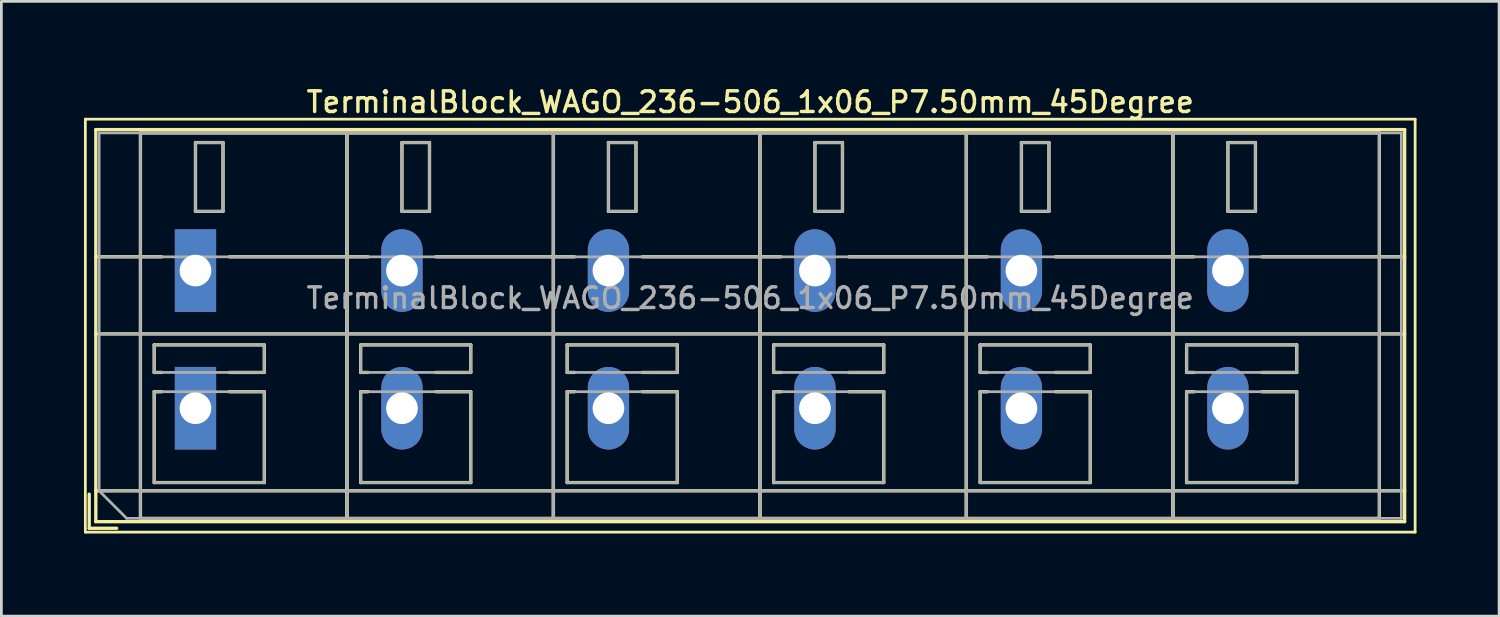
<source format=kicad_pcb>
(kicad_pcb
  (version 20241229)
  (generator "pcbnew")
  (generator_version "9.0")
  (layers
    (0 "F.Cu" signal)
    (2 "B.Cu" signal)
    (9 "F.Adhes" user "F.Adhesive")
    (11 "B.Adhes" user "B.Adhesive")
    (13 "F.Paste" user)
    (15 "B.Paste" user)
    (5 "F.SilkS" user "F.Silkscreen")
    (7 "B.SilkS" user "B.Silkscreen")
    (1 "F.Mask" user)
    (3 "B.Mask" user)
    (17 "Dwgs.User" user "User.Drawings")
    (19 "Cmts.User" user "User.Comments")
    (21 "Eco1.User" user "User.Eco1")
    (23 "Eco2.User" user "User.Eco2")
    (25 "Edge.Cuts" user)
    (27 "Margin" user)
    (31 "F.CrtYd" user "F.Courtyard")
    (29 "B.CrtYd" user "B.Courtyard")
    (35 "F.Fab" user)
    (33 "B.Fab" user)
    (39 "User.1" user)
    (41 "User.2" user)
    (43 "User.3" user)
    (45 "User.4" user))
  (footprint "TerminalBlock_WAGO_236-506_1x06_P7.50mm_45Degree"
    (layer "F.Cu")
    (at 4.05 6.778)
    (property "Reference" "TerminalBlock_WAGO_236-506_1x06_P7.50mm_45Degree" (at 20.15 -6.12 0) (layer "F.SilkS") (effects (font (size 0.75 0.75) (thickness 0.125))))
    (attr through_hole)
    (fp_line (start -4 -5.5) (end -4 9.5) (stroke (width 0.1) (type solid)) (layer "F.SilkS"))
    (fp_line (start -4 9.5) (end 44.3 9.5) (stroke (width 0.1) (type solid)) (layer "F.SilkS"))
    (fp_line (start -3.86 8.12) (end -3.86 9.36) (stroke (width 0.12) (type solid)) (layer "F.SilkS"))
    (fp_line (start -3.86 9.36) (end -2.86 9.36) (stroke (width 0.12) (type solid)) (layer "F.SilkS"))
    (fp_line (start -3.62 -5.12) (end -3.62 9.12) (stroke (width 0.12) (type solid)) (layer "F.SilkS"))
    (fp_line (start -3.62 -5.12) (end 43.92 -5.12) (stroke (width 0.12) (type solid)) (layer "F.SilkS"))
    (fp_line (start -3.62 -0.5) (end -1.23 -0.5) (stroke (width 0.12) (type solid)) (layer "F.SilkS"))
    (fp_line (start -3.62 2.3) (end 43.92 2.3) (stroke (width 0.12) (type solid)) (layer "F.SilkS"))
    (fp_line (start -3.62 8) (end 43.92 8) (stroke (width 0.12) (type solid)) (layer "F.SilkS"))
    (fp_line (start -3.62 9.12) (end 43.92 9.12) (stroke (width 0.12) (type solid)) (layer "F.SilkS"))
    (fp_line (start -2 -5) (end -2 9) (stroke (width 0.12) (type solid)) (layer "F.SilkS"))
    (fp_line (start -2 -5) (end 5.5 -5) (stroke (width 0.12) (type solid)) (layer "F.SilkS"))
    (fp_line (start -2 9) (end 5.5 9) (stroke (width 0.12) (type solid)) (layer "F.SilkS"))
    (fp_line (start -1.5 2.7) (end -1.5 3.7) (stroke (width 0.12) (type solid)) (layer "F.SilkS"))
    (fp_line (start -1.5 2.7) (end 2.5 2.7) (stroke (width 0.12) (type solid)) (layer "F.SilkS"))
    (fp_line (start -1.5 3.7) (end -1.23 3.7) (stroke (width 0.12) (type solid)) (layer "F.SilkS"))
    (fp_line (start -1.5 4.4) (end -1.5 7.7) (stroke (width 0.12) (type solid)) (layer "F.SilkS"))
    (fp_line (start -1.5 4.4) (end -1.23 4.4) (stroke (width 0.12) (type solid)) (layer "F.SilkS"))
    (fp_line (start -1.5 7.7) (end 2.5 7.7) (stroke (width 0.12) (type solid)) (layer "F.SilkS"))
    (fp_line (start 0 -4.65) (end 0 -2.151) (stroke (width 0.12) (type solid)) (layer "F.SilkS"))
    (fp_line (start 0 -4.65) (end 1 -4.65) (stroke (width 0.12) (type solid)) (layer "F.SilkS"))
    (fp_line (start 0 -2.151) (end 1 -2.151) (stroke (width 0.12) (type solid)) (layer "F.SilkS"))
    (fp_line (start 1 -4.65) (end 1 -2.151) (stroke (width 0.12) (type solid)) (layer "F.SilkS"))
    (fp_line (start 1.23 -0.5) (end 6.27 -0.5) (stroke (width 0.12) (type solid)) (layer "F.SilkS"))
    (fp_line (start 1.23 3.7) (end 2.5 3.7) (stroke (width 0.12) (type solid)) (layer "F.SilkS"))
    (fp_line (start 1.23 4.4) (end 2.5 4.4) (stroke (width 0.12) (type solid)) (layer "F.SilkS"))
    (fp_line (start 2.5 2.7) (end 2.5 3.7) (stroke (width 0.12) (type solid)) (layer "F.SilkS"))
    (fp_line (start 2.5 4.4) (end 2.5 7.7) (stroke (width 0.12) (type solid)) (layer "F.SilkS"))
    (fp_line (start 5.5 -5) (end 5.5 9) (stroke (width 0.12) (type solid)) (layer "F.SilkS"))
    (fp_line (start 5.5 -5) (end 5.5 9) (stroke (width 0.12) (type solid)) (layer "F.SilkS"))
    (fp_line (start 5.5 -5) (end 13 -5) (stroke (width 0.12) (type solid)) (layer "F.SilkS"))
    (fp_line (start 5.5 9) (end 13 9) (stroke (width 0.12) (type solid)) (layer "F.SilkS"))
    (fp_line (start 6 2.7) (end 6 3.7) (stroke (width 0.12) (type solid)) (layer "F.SilkS"))
    (fp_line (start 6 2.7) (end 10 2.7) (stroke (width 0.12) (type solid)) (layer "F.SilkS"))
    (fp_line (start 6 3.7) (end 6.27 3.7) (stroke (width 0.12) (type solid)) (layer "F.SilkS"))
    (fp_line (start 6 4.4) (end 6 7.7) (stroke (width 0.12) (type solid)) (layer "F.SilkS"))
    (fp_line (start 6 4.4) (end 6.27 4.4) (stroke (width 0.12) (type solid)) (layer "F.SilkS"))
    (fp_line (start 6 7.7) (end 10 7.7) (stroke (width 0.12) (type solid)) (layer "F.SilkS"))
    (fp_line (start 7.5 -4.65) (end 7.5 -2.151) (stroke (width 0.12) (type solid)) (layer "F.SilkS"))
    (fp_line (start 7.5 -4.65) (end 8.5 -4.65) (stroke (width 0.12) (type solid)) (layer "F.SilkS"))
    (fp_line (start 7.5 -2.151) (end 8.5 -2.151) (stroke (width 0.12) (type solid)) (layer "F.SilkS"))
    (fp_line (start 8.5 -4.65) (end 8.5 -2.151) (stroke (width 0.12) (type solid)) (layer "F.SilkS"))
    (fp_line (start 8.73 -0.5) (end 13.77 -0.5) (stroke (width 0.12) (type solid)) (layer "F.SilkS"))
    (fp_line (start 8.73 3.7) (end 10 3.7) (stroke (width 0.12) (type solid)) (layer "F.SilkS"))
    (fp_line (start 8.73 4.4) (end 10 4.4) (stroke (width 0.12) (type solid)) (layer "F.SilkS"))
    (fp_line (start 10 2.7) (end 10 3.7) (stroke (width 0.12) (type solid)) (layer "F.SilkS"))
    (fp_line (start 10 4.4) (end 10 7.7) (stroke (width 0.12) (type solid)) (layer "F.SilkS"))
    (fp_line (start 13 -5) (end 13 9) (stroke (width 0.12) (type solid)) (layer "F.SilkS"))
    (fp_line (start 13 -5) (end 13 9) (stroke (width 0.12) (type solid)) (layer "F.SilkS"))
    (fp_line (start 13 -5) (end 20.5 -5) (stroke (width 0.12) (type solid)) (layer "F.SilkS"))
    (fp_line (start 13 9) (end 20.5 9) (stroke (width 0.12) (type solid)) (layer "F.SilkS"))
    (fp_line (start 13.5 2.7) (end 13.5 3.7) (stroke (width 0.12) (type solid)) (layer "F.SilkS"))
    (fp_line (start 13.5 2.7) (end 17.5 2.7) (stroke (width 0.12) (type solid)) (layer "F.SilkS"))
    (fp_line (start 13.5 3.7) (end 13.77 3.7) (stroke (width 0.12) (type solid)) (layer "F.SilkS"))
    (fp_line (start 13.5 4.4) (end 13.5 7.7) (stroke (width 0.12) (type solid)) (layer "F.SilkS"))
    (fp_line (start 13.5 4.4) (end 13.77 4.4) (stroke (width 0.12) (type solid)) (layer "F.SilkS"))
    (fp_line (start 13.5 7.7) (end 17.5 7.7) (stroke (width 0.12) (type solid)) (layer "F.SilkS"))
    (fp_line (start 15 -4.65) (end 15 -2.151) (stroke (width 0.12) (type solid)) (layer "F.SilkS"))
    (fp_line (start 15 -4.65) (end 16 -4.65) (stroke (width 0.12) (type solid)) (layer "F.SilkS"))
    (fp_line (start 15 -2.151) (end 16 -2.151) (stroke (width 0.12) (type solid)) (layer "F.SilkS"))
    (fp_line (start 16 -4.65) (end 16 -2.151) (stroke (width 0.12) (type solid)) (layer "F.SilkS"))
    (fp_line (start 16.23 -0.5) (end 21.27 -0.5) (stroke (width 0.12) (type solid)) (layer "F.SilkS"))
    (fp_line (start 16.23 3.7) (end 17.5 3.7) (stroke (width 0.12) (type solid)) (layer "F.SilkS"))
    (fp_line (start 16.23 4.4) (end 17.5 4.4) (stroke (width 0.12) (type solid)) (layer "F.SilkS"))
    (fp_line (start 17.5 2.7) (end 17.5 3.7) (stroke (width 0.12) (type solid)) (layer "F.SilkS"))
    (fp_line (start 17.5 4.4) (end 17.5 7.7) (stroke (width 0.12) (type solid)) (layer "F.SilkS"))
    (fp_line (start 20.5 -5) (end 20.5 9) (stroke (width 0.12) (type solid)) (layer "F.SilkS"))
    (fp_line (start 20.5 -5) (end 20.5 9) (stroke (width 0.12) (type solid)) (layer "F.SilkS"))
    (fp_line (start 20.5 -5) (end 28 -5) (stroke (width 0.12) (type solid)) (layer "F.SilkS"))
    (fp_line (start 20.5 9) (end 28 9) (stroke (width 0.12) (type solid)) (layer "F.SilkS"))
    (fp_line (start 21 2.7) (end 21 3.7) (stroke (width 0.12) (type solid)) (layer "F.SilkS"))
    (fp_line (start 21 2.7) (end 25 2.7) (stroke (width 0.12) (type solid)) (layer "F.SilkS"))
    (fp_line (start 21 3.7) (end 21.27 3.7) (stroke (width 0.12) (type solid)) (layer "F.SilkS"))
    (fp_line (start 21 4.4) (end 21 7.7) (stroke (width 0.12) (type solid)) (layer "F.SilkS"))
    (fp_line (start 21 4.4) (end 21.27 4.4) (stroke (width 0.12) (type solid)) (layer "F.SilkS"))
    (fp_line (start 21 7.7) (end 25 7.7) (stroke (width 0.12) (type solid)) (layer "F.SilkS"))
    (fp_line (start 22.5 -4.65) (end 22.5 -2.151) (stroke (width 0.12) (type solid)) (layer "F.SilkS"))
    (fp_line (start 22.5 -4.65) (end 23.5 -4.65) (stroke (width 0.12) (type solid)) (layer "F.SilkS"))
    (fp_line (start 22.5 -2.151) (end 23.5 -2.151) (stroke (width 0.12) (type solid)) (layer "F.SilkS"))
    (fp_line (start 23.5 -4.65) (end 23.5 -2.151) (stroke (width 0.12) (type solid)) (layer "F.SilkS"))
    (fp_line (start 23.73 -0.5) (end 28.77 -0.5) (stroke (width 0.12) (type solid)) (layer "F.SilkS"))
    (fp_line (start 23.73 3.7) (end 25 3.7) (stroke (width 0.12) (type solid)) (layer "F.SilkS"))
    (fp_line (start 23.73 4.4) (end 25 4.4) (stroke (width 0.12) (type solid)) (layer "F.SilkS"))
    (fp_line (start 25 2.7) (end 25 3.7) (stroke (width 0.12) (type solid)) (layer "F.SilkS"))
    (fp_line (start 25 4.4) (end 25 7.7) (stroke (width 0.12) (type solid)) (layer "F.SilkS"))
    (fp_line (start 28 -5) (end 28 9) (stroke (width 0.12) (type solid)) (layer "F.SilkS"))
    (fp_line (start 28 -5) (end 28 9) (stroke (width 0.12) (type solid)) (layer "F.SilkS"))
    (fp_line (start 28 -5) (end 35.5 -5) (stroke (width 0.12) (type solid)) (layer "F.SilkS"))
    (fp_line (start 28 9) (end 35.5 9) (stroke (width 0.12) (type solid)) (layer "F.SilkS"))
    (fp_line (start 28.5 2.7) (end 28.5 3.7) (stroke (width 0.12) (type solid)) (layer "F.SilkS"))
    (fp_line (start 28.5 2.7) (end 32.5 2.7) (stroke (width 0.12) (type solid)) (layer "F.SilkS"))
    (fp_line (start 28.5 3.7) (end 28.77 3.7) (stroke (width 0.12) (type solid)) (layer "F.SilkS"))
    (fp_line (start 28.5 4.4) (end 28.5 7.7) (stroke (width 0.12) (type solid)) (layer "F.SilkS"))
    (fp_line (start 28.5 4.4) (end 28.77 4.4) (stroke (width 0.12) (type solid)) (layer "F.SilkS"))
    (fp_line (start 28.5 7.7) (end 32.5 7.7) (stroke (width 0.12) (type solid)) (layer "F.SilkS"))
    (fp_line (start 30 -4.65) (end 30 -2.151) (stroke (width 0.12) (type solid)) (layer "F.SilkS"))
    (fp_line (start 30 -4.65) (end 31 -4.65) (stroke (width 0.12) (type solid)) (layer "F.SilkS"))
    (fp_line (start 30 -2.151) (end 31 -2.151) (stroke (width 0.12) (type solid)) (layer "F.SilkS"))
    (fp_line (start 31 -4.65) (end 31 -2.151) (stroke (width 0.12) (type solid)) (layer "F.SilkS"))
    (fp_line (start 31.23 -0.5) (end 36.27 -0.5) (stroke (width 0.12) (type solid)) (layer "F.SilkS"))
    (fp_line (start 31.23 3.7) (end 32.5 3.7) (stroke (width 0.12) (type solid)) (layer "F.SilkS"))
    (fp_line (start 31.23 4.4) (end 32.5 4.4) (stroke (width 0.12) (type solid)) (layer "F.SilkS"))
    (fp_line (start 32.5 2.7) (end 32.5 3.7) (stroke (width 0.12) (type solid)) (layer "F.SilkS"))
    (fp_line (start 32.5 4.4) (end 32.5 7.7) (stroke (width 0.12) (type solid)) (layer "F.SilkS"))
    (fp_line (start 35.5 -5) (end 35.5 9) (stroke (width 0.12) (type solid)) (layer "F.SilkS"))
    (fp_line (start 35.5 -5) (end 35.5 9) (stroke (width 0.12) (type solid)) (layer "F.SilkS"))
    (fp_line (start 35.5 -5) (end 43 -5) (stroke (width 0.12) (type solid)) (layer "F.SilkS"))
    (fp_line (start 35.5 9) (end 43 9) (stroke (width 0.12) (type solid)) (layer "F.SilkS"))
    (fp_line (start 36 2.7) (end 36 3.7) (stroke (width 0.12) (type solid)) (layer "F.SilkS"))
    (fp_line (start 36 2.7) (end 40 2.7) (stroke (width 0.12) (type solid)) (layer "F.SilkS"))
    (fp_line (start 36 3.7) (end 36.27 3.7) (stroke (width 0.12) (type solid)) (layer "F.SilkS"))
    (fp_line (start 36 4.4) (end 36 7.7) (stroke (width 0.12) (type solid)) (layer "F.SilkS"))
    (fp_line (start 36 4.4) (end 36.27 4.4) (stroke (width 0.12) (type solid)) (layer "F.SilkS"))
    (fp_line (start 36 7.7) (end 40 7.7) (stroke (width 0.12) (type solid)) (layer "F.SilkS"))
    (fp_line (start 37.5 -4.65) (end 37.5 -2.151) (stroke (width 0.12) (type solid)) (layer "F.SilkS"))
    (fp_line (start 37.5 -4.65) (end 38.5 -4.65) (stroke (width 0.12) (type solid)) (layer "F.SilkS"))
    (fp_line (start 37.5 -2.151) (end 38.5 -2.151) (stroke (width 0.12) (type solid)) (layer "F.SilkS"))
    (fp_line (start 38.5 -4.65) (end 38.5 -2.151) (stroke (width 0.12) (type solid)) (layer "F.SilkS"))
    (fp_line (start 38.73 -0.5) (end 43.92 -0.5) (stroke (width 0.12) (type solid)) (layer "F.SilkS"))
    (fp_line (start 38.73 3.7) (end 40 3.7) (stroke (width 0.12) (type solid)) (layer "F.SilkS"))
    (fp_line (start 38.73 4.4) (end 40 4.4) (stroke (width 0.12) (type solid)) (layer "F.SilkS"))
    (fp_line (start 40 2.7) (end 40 3.7) (stroke (width 0.12) (type solid)) (layer "F.SilkS"))
    (fp_line (start 40 4.4) (end 40 7.7) (stroke (width 0.12) (type solid)) (layer "F.SilkS"))
    (fp_line (start 43 -5) (end 43 9) (stroke (width 0.12) (type solid)) (layer "F.SilkS"))
    (fp_line (start 43.92 -5.12) (end 43.92 9.12) (stroke (width 0.12) (type solid)) (layer "F.SilkS"))
    (fp_line (start 44.3 -5.5) (end -4 -5.5) (stroke (width 0.1) (type solid)) (layer "F.SilkS"))
    (fp_line (start 44.3 9.5) (end 44.3 -5.5) (stroke (width 0.1) (type solid)) (layer "F.SilkS"))
    (fp_line (start -3.5 -5) (end 43.8 -5) (stroke (width 0.1) (type solid)) (layer "F.Fab"))
    (fp_line (start -3.5 -0.5) (end 43.8 -0.5) (stroke (width 0.1) (type solid)) (layer "F.Fab"))
    (fp_line (start -3.5 2.3) (end 43.8 2.3) (stroke (width 0.1) (type solid)) (layer "F.Fab"))
    (fp_line (start -3.5 8) (end -3.5 -5) (stroke (width 0.1) (type solid)) (layer "F.Fab"))
    (fp_line (start -3.5 8) (end 43.8 8) (stroke (width 0.1) (type solid)) (layer "F.Fab"))
    (fp_line (start -2.5 9) (end -3.5 8) (stroke (width 0.1) (type solid)) (layer "F.Fab"))
    (fp_line (start -2 -5) (end -2 9) (stroke (width 0.1) (type solid)) (layer "F.Fab"))
    (fp_line (start -2 9) (end 5.5 9) (stroke (width 0.1) (type solid)) (layer "F.Fab"))
    (fp_line (start -1.5 2.7) (end -1.5 3.7) (stroke (width 0.1) (type solid)) (layer "F.Fab"))
    (fp_line (start -1.5 3.7) (end 2.5 3.7) (stroke (width 0.1) (type solid)) (layer "F.Fab"))
    (fp_line (start -1.5 4.4) (end -1.5 7.7) (stroke (width 0.1) (type solid)) (layer "F.Fab"))
    (fp_line (start -1.5 7.7) (end 2.5 7.7) (stroke (width 0.1) (type solid)) (layer "F.Fab"))
    (fp_line (start 0 -4.65) (end 0 -2.15) (stroke (width 0.1) (type solid)) (layer "F.Fab"))
    (fp_line (start 0 -2.15) (end 1 -2.15) (stroke (width 0.1) (type solid)) (layer "F.Fab"))
    (fp_line (start 1 -4.65) (end 0 -4.65) (stroke (width 0.1) (type solid)) (layer "F.Fab"))
    (fp_line (start 1 -2.15) (end 1 -4.65) (stroke (width 0.1) (type solid)) (layer "F.Fab"))
    (fp_line (start 2.5 2.7) (end -1.5 2.7) (stroke (width 0.1) (type solid)) (layer "F.Fab"))
    (fp_line (start 2.5 3.7) (end 2.5 2.7) (stroke (width 0.1) (type solid)) (layer "F.Fab"))
    (fp_line (start 2.5 4.4) (end -1.5 4.4) (stroke (width 0.1) (type solid)) (layer "F.Fab"))
    (fp_line (start 2.5 7.7) (end 2.5 4.4) (stroke (width 0.1) (type solid)) (layer "F.Fab"))
    (fp_line (start 5.5 -5) (end -2 -5) (stroke (width 0.1) (type solid)) (layer "F.Fab"))
    (fp_line (start 5.5 -5) (end 5.5 9) (stroke (width 0.1) (type solid)) (layer "F.Fab"))
    (fp_line (start 5.5 9) (end 5.5 -5) (stroke (width 0.1) (type solid)) (layer "F.Fab"))
    (fp_line (start 5.5 9) (end 13 9) (stroke (width 0.1) (type solid)) (layer "F.Fab"))
    (fp_line (start 6 2.7) (end 6 3.7) (stroke (width 0.1) (type solid)) (layer "F.Fab"))
    (fp_line (start 6 3.7) (end 10 3.7) (stroke (width 0.1) (type solid)) (layer "F.Fab"))
    (fp_line (start 6 4.4) (end 6 7.7) (stroke (width 0.1) (type solid)) (layer "F.Fab"))
    (fp_line (start 6 7.7) (end 10 7.7) (stroke (width 0.1) (type solid)) (layer "F.Fab"))
    (fp_line (start 7.5 -4.65) (end 7.5 -2.15) (stroke (width 0.1) (type solid)) (layer "F.Fab"))
    (fp_line (start 7.5 -2.15) (end 8.5 -2.15) (stroke (width 0.1) (type solid)) (layer "F.Fab"))
    (fp_line (start 8.5 -4.65) (end 7.5 -4.65) (stroke (width 0.1) (type solid)) (layer "F.Fab"))
    (fp_line (start 8.5 -2.15) (end 8.5 -4.65) (stroke (width 0.1) (type solid)) (layer "F.Fab"))
    (fp_line (start 10 2.7) (end 6 2.7) (stroke (width 0.1) (type solid)) (layer "F.Fab"))
    (fp_line (start 10 3.7) (end 10 2.7) (stroke (width 0.1) (type solid)) (layer "F.Fab"))
    (fp_line (start 10 4.4) (end 6 4.4) (stroke (width 0.1) (type solid)) (layer "F.Fab"))
    (fp_line (start 10 7.7) (end 10 4.4) (stroke (width 0.1) (type solid)) (layer "F.Fab"))
    (fp_line (start 13 -5) (end 5.5 -5) (stroke (width 0.1) (type solid)) (layer "F.Fab"))
    (fp_line (start 13 -5) (end 13 9) (stroke (width 0.1) (type solid)) (layer "F.Fab"))
    (fp_line (start 13 9) (end 13 -5) (stroke (width 0.1) (type solid)) (layer "F.Fab"))
    (fp_line (start 13 9) (end 20.5 9) (stroke (width 0.1) (type solid)) (layer "F.Fab"))
    (fp_line (start 13.5 2.7) (end 13.5 3.7) (stroke (width 0.1) (type solid)) (layer "F.Fab"))
    (fp_line (start 13.5 3.7) (end 17.5 3.7) (stroke (width 0.1) (type solid)) (layer "F.Fab"))
    (fp_line (start 13.5 4.4) (end 13.5 7.7) (stroke (width 0.1) (type solid)) (layer "F.Fab"))
    (fp_line (start 13.5 7.7) (end 17.5 7.7) (stroke (width 0.1) (type solid)) (layer "F.Fab"))
    (fp_line (start 15 -4.65) (end 15 -2.15) (stroke (width 0.1) (type solid)) (layer "F.Fab"))
    (fp_line (start 15 -2.15) (end 16 -2.15) (stroke (width 0.1) (type solid)) (layer "F.Fab"))
    (fp_line (start 16 -4.65) (end 15 -4.65) (stroke (width 0.1) (type solid)) (layer "F.Fab"))
    (fp_line (start 16 -2.15) (end 16 -4.65) (stroke (width 0.1) (type solid)) (layer "F.Fab"))
    (fp_line (start 17.5 2.7) (end 13.5 2.7) (stroke (width 0.1) (type solid)) (layer "F.Fab"))
    (fp_line (start 17.5 3.7) (end 17.5 2.7) (stroke (width 0.1) (type solid)) (layer "F.Fab"))
    (fp_line (start 17.5 4.4) (end 13.5 4.4) (stroke (width 0.1) (type solid)) (layer "F.Fab"))
    (fp_line (start 17.5 7.7) (end 17.5 4.4) (stroke (width 0.1) (type solid)) (layer "F.Fab"))
    (fp_line (start 20.5 -5) (end 13 -5) (stroke (width 0.1) (type solid)) (layer "F.Fab"))
    (fp_line (start 20.5 -5) (end 20.5 9) (stroke (width 0.1) (type solid)) (layer "F.Fab"))
    (fp_line (start 20.5 9) (end 20.5 -5) (stroke (width 0.1) (type solid)) (layer "F.Fab"))
    (fp_line (start 20.5 9) (end 28 9) (stroke (width 0.1) (type solid)) (layer "F.Fab"))
    (fp_line (start 21 2.7) (end 21 3.7) (stroke (width 0.1) (type solid)) (layer "F.Fab"))
    (fp_line (start 21 3.7) (end 25 3.7) (stroke (width 0.1) (type solid)) (layer "F.Fab"))
    (fp_line (start 21 4.4) (end 21 7.7) (stroke (width 0.1) (type solid)) (layer "F.Fab"))
    (fp_line (start 21 7.7) (end 25 7.7) (stroke (width 0.1) (type solid)) (layer "F.Fab"))
    (fp_line (start 22.5 -4.65) (end 22.5 -2.15) (stroke (width 0.1) (type solid)) (layer "F.Fab"))
    (fp_line (start 22.5 -2.15) (end 23.5 -2.15) (stroke (width 0.1) (type solid)) (layer "F.Fab"))
    (fp_line (start 23.5 -4.65) (end 22.5 -4.65) (stroke (width 0.1) (type solid)) (layer "F.Fab"))
    (fp_line (start 23.5 -2.15) (end 23.5 -4.65) (stroke (width 0.1) (type solid)) (layer "F.Fab"))
    (fp_line (start 25 2.7) (end 21 2.7) (stroke (width 0.1) (type solid)) (layer "F.Fab"))
    (fp_line (start 25 3.7) (end 25 2.7) (stroke (width 0.1) (type solid)) (layer "F.Fab"))
    (fp_line (start 25 4.4) (end 21 4.4) (stroke (width 0.1) (type solid)) (layer "F.Fab"))
    (fp_line (start 25 7.7) (end 25 4.4) (stroke (width 0.1) (type solid)) (layer "F.Fab"))
    (fp_line (start 28 -5) (end 20.5 -5) (stroke (width 0.1) (type solid)) (layer "F.Fab"))
    (fp_line (start 28 -5) (end 28 9) (stroke (width 0.1) (type solid)) (layer "F.Fab"))
    (fp_line (start 28 9) (end 28 -5) (stroke (width 0.1) (type solid)) (layer "F.Fab"))
    (fp_line (start 28 9) (end 35.5 9) (stroke (width 0.1) (type solid)) (layer "F.Fab"))
    (fp_line (start 28.5 2.7) (end 28.5 3.7) (stroke (width 0.1) (type solid)) (layer "F.Fab"))
    (fp_line (start 28.5 3.7) (end 32.5 3.7) (stroke (width 0.1) (type solid)) (layer "F.Fab"))
    (fp_line (start 28.5 4.4) (end 28.5 7.7) (stroke (width 0.1) (type solid)) (layer "F.Fab"))
    (fp_line (start 28.5 7.7) (end 32.5 7.7) (stroke (width 0.1) (type solid)) (layer "F.Fab"))
    (fp_line (start 30 -4.65) (end 30 -2.15) (stroke (width 0.1) (type solid)) (layer "F.Fab"))
    (fp_line (start 30 -2.15) (end 31 -2.15) (stroke (width 0.1) (type solid)) (layer "F.Fab"))
    (fp_line (start 31 -4.65) (end 30 -4.65) (stroke (width 0.1) (type solid)) (layer "F.Fab"))
    (fp_line (start 31 -2.15) (end 31 -4.65) (stroke (width 0.1) (type solid)) (layer "F.Fab"))
    (fp_line (start 32.5 2.7) (end 28.5 2.7) (stroke (width 0.1) (type solid)) (layer "F.Fab"))
    (fp_line (start 32.5 3.7) (end 32.5 2.7) (stroke (width 0.1) (type solid)) (layer "F.Fab"))
    (fp_line (start 32.5 4.4) (end 28.5 4.4) (stroke (width 0.1) (type solid)) (layer "F.Fab"))
    (fp_line (start 32.5 7.7) (end 32.5 4.4) (stroke (width 0.1) (type solid)) (layer "F.Fab"))
    (fp_line (start 35.5 -5) (end 28 -5) (stroke (width 0.1) (type solid)) (layer "F.Fab"))
    (fp_line (start 35.5 -5) (end 35.5 9) (stroke (width 0.1) (type solid)) (layer "F.Fab"))
    (fp_line (start 35.5 9) (end 35.5 -5) (stroke (width 0.1) (type solid)) (layer "F.Fab"))
    (fp_line (start 35.5 9) (end 43 9) (stroke (width 0.1) (type solid)) (layer "F.Fab"))
    (fp_line (start 36 2.7) (end 36 3.7) (stroke (width 0.1) (type solid)) (layer "F.Fab"))
    (fp_line (start 36 3.7) (end 40 3.7) (stroke (width 0.1) (type solid)) (layer "F.Fab"))
    (fp_line (start 36 4.4) (end 36 7.7) (stroke (width 0.1) (type solid)) (layer "F.Fab"))
    (fp_line (start 36 7.7) (end 40 7.7) (stroke (width 0.1) (type solid)) (layer "F.Fab"))
    (fp_line (start 37.5 -4.65) (end 37.5 -2.15) (stroke (width 0.1) (type solid)) (layer "F.Fab"))
    (fp_line (start 37.5 -2.15) (end 38.5 -2.15) (stroke (width 0.1) (type solid)) (layer "F.Fab"))
    (fp_line (start 38.5 -4.65) (end 37.5 -4.65) (stroke (width 0.1) (type solid)) (layer "F.Fab"))
    (fp_line (start 38.5 -2.15) (end 38.5 -4.65) (stroke (width 0.1) (type solid)) (layer "F.Fab"))
    (fp_line (start 40 2.7) (end 36 2.7) (stroke (width 0.1) (type solid)) (layer "F.Fab"))
    (fp_line (start 40 3.7) (end 40 2.7) (stroke (width 0.1) (type solid)) (layer "F.Fab"))
    (fp_line (start 40 4.4) (end 36 4.4) (stroke (width 0.1) (type solid)) (layer "F.Fab"))
    (fp_line (start 40 7.7) (end 40 4.4) (stroke (width 0.1) (type solid)) (layer "F.Fab"))
    (fp_line (start 43 -5) (end 35.5 -5) (stroke (width 0.1) (type solid)) (layer "F.Fab"))
    (fp_line (start 43 9) (end 43 -5) (stroke (width 0.1) (type solid)) (layer "F.Fab"))
    (fp_line (start 43.8 -5) (end 43.8 9) (stroke (width 0.1) (type solid)) (layer "F.Fab"))
    (fp_line (start 43.8 9) (end -2.5 9) (stroke (width 0.1) (type solid)) (layer "F.Fab"))
    (fp_text user "${REFERENCE}" (at 20.15 1 0) (layer "F.Fab") (effects (font (size 0.75 0.75) (thickness 0.125))))
    (pad "1" thru_hole rect (at 0 0) (size 1.5 3) (drill 1.15) (layers "*.Cu" "*.Mask"))
    (pad "1" thru_hole rect (at 0 5) (size 1.5 3) (drill 1.15) (layers "*.Cu" "*.Mask"))
    (pad "2" thru_hole oval (at 7.5 0) (size 1.5 3) (drill 1.15) (layers "*.Cu" "*.Mask"))
    (pad "2" thru_hole oval (at 7.5 5) (size 1.5 3) (drill 1.15) (layers "*.Cu" "*.Mask"))
    (pad "3" thru_hole oval (at 15 0) (size 1.5 3) (drill 1.15) (layers "*.Cu" "*.Mask"))
    (pad "3" thru_hole oval (at 15 5) (size 1.5 3) (drill 1.15) (layers "*.Cu" "*.Mask"))
    (pad "4" thru_hole oval (at 22.5 0) (size 1.5 3) (drill 1.15) (layers "*.Cu" "*.Mask"))
    (pad "4" thru_hole oval (at 22.5 5) (size 1.5 3) (drill 1.15) (layers "*.Cu" "*.Mask"))
    (pad "5" thru_hole oval (at 30 0) (size 1.5 3) (drill 1.15) (layers "*.Cu" "*.Mask"))
    (pad "5" thru_hole oval (at 30 5) (size 1.5 3) (drill 1.15) (layers "*.Cu" "*.Mask"))
    (pad "6" thru_hole oval (at 37.5 0) (size 1.5 3) (drill 1.15) (layers "*.Cu" "*.Mask"))
    (pad "6" thru_hole oval (at 37.5 5) (size 1.5 3) (drill 1.15) (layers "*.Cu" "*.Mask")))
  (gr_rect
    (start -3 -3)
    (end 51.4 19.328)
    (stroke (width 0.1) (type default))
    (fill no)
    (layer "Edge.Cuts")))
</source>
